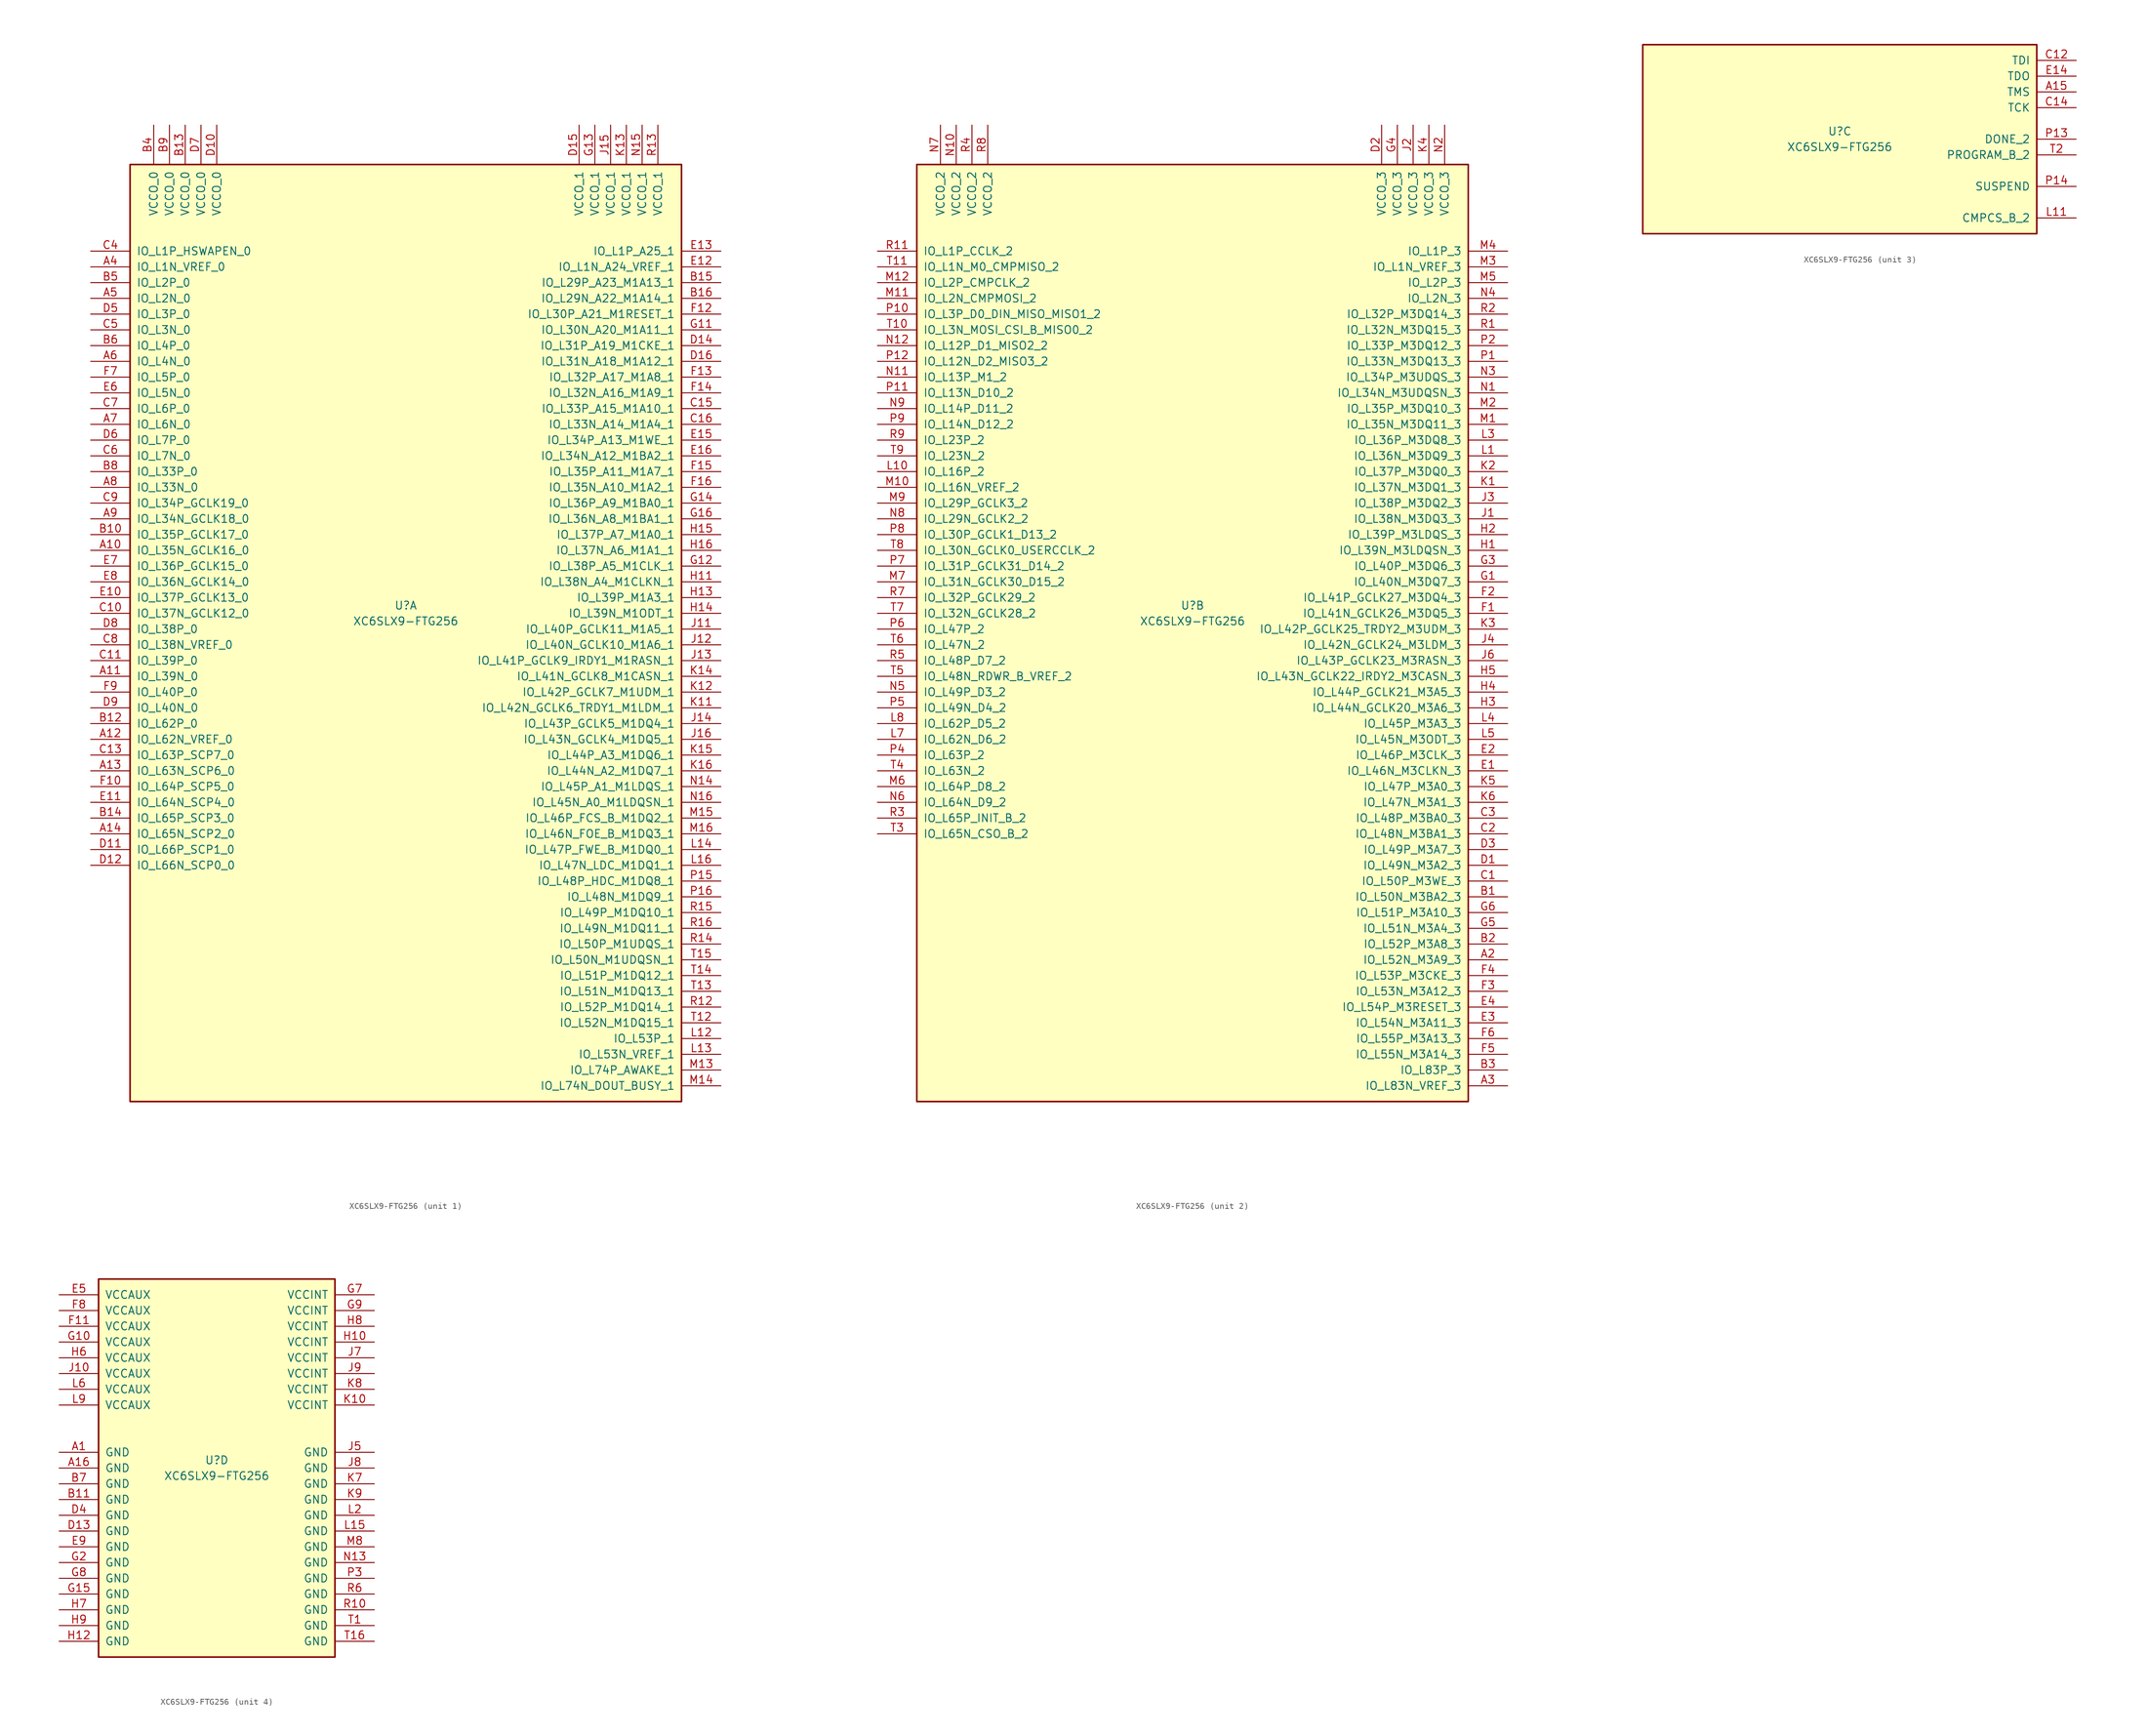
<source format=kicad_sym>
(kicad_symbol_lib
  (version 20220914)
  (generator kicad_symbol_editor)
  (symbol "XC6SLX9-FTG256"
    (pin_names
      (offset 1.016))
    (property "Reference" "U"
      (at 0 1.27 0)
      (effects (font (size 1.27 1.27))))
    (property "Value" "XC6SLX9-FTG256"
      (at 0 -1.27 0)
      (effects (font (size 1.27 1.27))))
    (property "Datasheet" ""
      (at 0 0 0)
      (effects (font (size 1.27 1.27))))
    (property "ki_locked" ""
      (at 0 0 0)
      (effects (font (size 1.27 1.27))))
    (symbol "XC6SLX9-FTG256_1_1"
      (rectangle (start -44.45 72.39) (end 44.45 -78.74) (stroke (width 0.254) (type default)) (fill (type background)))
      (pin bidirectional line (at -50.8 10.16 0) (length 6.35) (name "IO_L35N_GCLK16_0" (effects (font (size 1.27 1.27)))) (number "A10" (effects (font (size 1.27 1.27)))))
      (pin bidirectional line (at -50.8 -10.16 0) (length 6.35) (name "IO_L39N_0" (effects (font (size 1.27 1.27)))) (number "A11" (effects (font (size 1.27 1.27)))))
      (pin bidirectional line (at -50.8 -20.32 0) (length 6.35) (name "IO_L62N_VREF_0" (effects (font (size 1.27 1.27)))) (number "A12" (effects (font (size 1.27 1.27)))))
      (pin bidirectional line (at -50.8 -25.4 0) (length 6.35) (name "IO_L63N_SCP6_0" (effects (font (size 1.27 1.27)))) (number "A13" (effects (font (size 1.27 1.27)))))
      (pin bidirectional line (at -50.8 -35.56 0) (length 6.35) (name "IO_L65N_SCP2_0" (effects (font (size 1.27 1.27)))) (number "A14" (effects (font (size 1.27 1.27)))))
      (pin bidirectional line (at -50.8 55.88 0) (length 6.35) (name "IO_L1N_VREF_0" (effects (font (size 1.27 1.27)))) (number "A4" (effects (font (size 1.27 1.27)))))
      (pin bidirectional line (at -50.8 50.8 0) (length 6.35) (name "IO_L2N_0" (effects (font (size 1.27 1.27)))) (number "A5" (effects (font (size 1.27 1.27)))))
      (pin bidirectional line (at -50.8 40.64 0) (length 6.35) (name "IO_L4N_0" (effects (font (size 1.27 1.27)))) (number "A6" (effects (font (size 1.27 1.27)))))
      (pin bidirectional line (at -50.8 30.48 0) (length 6.35) (name "IO_L6N_0" (effects (font (size 1.27 1.27)))) (number "A7" (effects (font (size 1.27 1.27)))))
      (pin bidirectional line (at -50.8 20.32 0) (length 6.35) (name "IO_L33N_0" (effects (font (size 1.27 1.27)))) (number "A8" (effects (font (size 1.27 1.27)))))
      (pin bidirectional line (at -50.8 15.24 0) (length 6.35) (name "IO_L34N_GCLK18_0" (effects (font (size 1.27 1.27)))) (number "A9" (effects (font (size 1.27 1.27)))))
      (pin bidirectional line (at -50.8 12.7 0) (length 6.35) (name "IO_L35P_GCLK17_0" (effects (font (size 1.27 1.27)))) (number "B10" (effects (font (size 1.27 1.27)))))
      (pin bidirectional line (at -50.8 -17.78 0) (length 6.35) (name "IO_L62P_0" (effects (font (size 1.27 1.27)))) (number "B12" (effects (font (size 1.27 1.27)))))
      (pin power_in line (at -35.56 78.74 270) (length 6.35) (name "VCCO_0" (effects (font (size 1.27 1.27)))) (number "B13" (effects (font (size 1.27 1.27)))))
      (pin bidirectional line (at -50.8 -33.02 0) (length 6.35) (name "IO_L65P_SCP3_0" (effects (font (size 1.27 1.27)))) (number "B14" (effects (font (size 1.27 1.27)))))
      (pin bidirectional line (at 50.8 53.34 180) (length 6.35) (name "IO_L29P_A23_M1A13_1" (effects (font (size 1.27 1.27)))) (number "B15" (effects (font (size 1.27 1.27)))))
      (pin bidirectional line (at 50.8 50.8 180) (length 6.35) (name "IO_L29N_A22_M1A14_1" (effects (font (size 1.27 1.27)))) (number "B16" (effects (font (size 1.27 1.27)))))
      (pin power_in line (at -40.64 78.74 270) (length 6.35) (name "VCCO_0" (effects (font (size 1.27 1.27)))) (number "B4" (effects (font (size 1.27 1.27)))))
      (pin bidirectional line (at -50.8 53.34 0) (length 6.35) (name "IO_L2P_0" (effects (font (size 1.27 1.27)))) (number "B5" (effects (font (size 1.27 1.27)))))
      (pin bidirectional line (at -50.8 43.18 0) (length 6.35) (name "IO_L4P_0" (effects (font (size 1.27 1.27)))) (number "B6" (effects (font (size 1.27 1.27)))))
      (pin bidirectional line (at -50.8 22.86 0) (length 6.35) (name "IO_L33P_0" (effects (font (size 1.27 1.27)))) (number "B8" (effects (font (size 1.27 1.27)))))
      (pin power_in line (at -38.1 78.74 270) (length 6.35) (name "VCCO_0" (effects (font (size 1.27 1.27)))) (number "B9" (effects (font (size 1.27 1.27)))))
      (pin bidirectional line (at -50.8 0 0) (length 6.35) (name "IO_L37N_GCLK12_0" (effects (font (size 1.27 1.27)))) (number "C10" (effects (font (size 1.27 1.27)))))
      (pin bidirectional line (at -50.8 -7.62 0) (length 6.35) (name "IO_L39P_0" (effects (font (size 1.27 1.27)))) (number "C11" (effects (font (size 1.27 1.27)))))
      (pin bidirectional line (at -50.8 -22.86 0) (length 6.35) (name "IO_L63P_SCP7_0" (effects (font (size 1.27 1.27)))) (number "C13" (effects (font (size 1.27 1.27)))))
      (pin bidirectional line (at 50.8 33.02 180) (length 6.35) (name "IO_L33P_A15_M1A10_1" (effects (font (size 1.27 1.27)))) (number "C15" (effects (font (size 1.27 1.27)))))
      (pin bidirectional line (at 50.8 30.48 180) (length 6.35) (name "IO_L33N_A14_M1A4_1" (effects (font (size 1.27 1.27)))) (number "C16" (effects (font (size 1.27 1.27)))))
      (pin bidirectional line (at -50.8 58.42 0) (length 6.35) (name "IO_L1P_HSWAPEN_0" (effects (font (size 1.27 1.27)))) (number "C4" (effects (font (size 1.27 1.27)))))
      (pin bidirectional line (at -50.8 45.72 0) (length 6.35) (name "IO_L3N_0" (effects (font (size 1.27 1.27)))) (number "C5" (effects (font (size 1.27 1.27)))))
      (pin bidirectional line (at -50.8 25.4 0) (length 6.35) (name "IO_L7N_0" (effects (font (size 1.27 1.27)))) (number "C6" (effects (font (size 1.27 1.27)))))
      (pin bidirectional line (at -50.8 33.02 0) (length 6.35) (name "IO_L6P_0" (effects (font (size 1.27 1.27)))) (number "C7" (effects (font (size 1.27 1.27)))))
      (pin bidirectional line (at -50.8 -5.08 0) (length 6.35) (name "IO_L38N_VREF_0" (effects (font (size 1.27 1.27)))) (number "C8" (effects (font (size 1.27 1.27)))))
      (pin bidirectional line (at -50.8 17.78 0) (length 6.35) (name "IO_L34P_GCLK19_0" (effects (font (size 1.27 1.27)))) (number "C9" (effects (font (size 1.27 1.27)))))
      (pin power_in line (at -30.48 78.74 270) (length 6.35) (name "VCCO_0" (effects (font (size 1.27 1.27)))) (number "D10" (effects (font (size 1.27 1.27)))))
      (pin bidirectional line (at -50.8 -38.1 0) (length 6.35) (name "IO_L66P_SCP1_0" (effects (font (size 1.27 1.27)))) (number "D11" (effects (font (size 1.27 1.27)))))
      (pin bidirectional line (at -50.8 -40.64 0) (length 6.35) (name "IO_L66N_SCP0_0" (effects (font (size 1.27 1.27)))) (number "D12" (effects (font (size 1.27 1.27)))))
      (pin bidirectional line (at 50.8 43.18 180) (length 6.35) (name "IO_L31P_A19_M1CKE_1" (effects (font (size 1.27 1.27)))) (number "D14" (effects (font (size 1.27 1.27)))))
      (pin power_in line (at 27.94 78.74 270) (length 6.35) (name "VCCO_1" (effects (font (size 1.27 1.27)))) (number "D15" (effects (font (size 1.27 1.27)))))
      (pin bidirectional line (at 50.8 40.64 180) (length 6.35) (name "IO_L31N_A18_M1A12_1" (effects (font (size 1.27 1.27)))) (number "D16" (effects (font (size 1.27 1.27)))))
      (pin bidirectional line (at -50.8 48.26 0) (length 6.35) (name "IO_L3P_0" (effects (font (size 1.27 1.27)))) (number "D5" (effects (font (size 1.27 1.27)))))
      (pin bidirectional line (at -50.8 27.94 0) (length 6.35) (name "IO_L7P_0" (effects (font (size 1.27 1.27)))) (number "D6" (effects (font (size 1.27 1.27)))))
      (pin power_in line (at -33.02 78.74 270) (length 6.35) (name "VCCO_0" (effects (font (size 1.27 1.27)))) (number "D7" (effects (font (size 1.27 1.27)))))
      (pin bidirectional line (at -50.8 -2.54 0) (length 6.35) (name "IO_L38P_0" (effects (font (size 1.27 1.27)))) (number "D8" (effects (font (size 1.27 1.27)))))
      (pin bidirectional line (at -50.8 -15.24 0) (length 6.35) (name "IO_L40N_0" (effects (font (size 1.27 1.27)))) (number "D9" (effects (font (size 1.27 1.27)))))
      (pin bidirectional line (at -50.8 2.54 0) (length 6.35) (name "IO_L37P_GCLK13_0" (effects (font (size 1.27 1.27)))) (number "E10" (effects (font (size 1.27 1.27)))))
      (pin bidirectional line (at -50.8 -30.48 0) (length 6.35) (name "IO_L64N_SCP4_0" (effects (font (size 1.27 1.27)))) (number "E11" (effects (font (size 1.27 1.27)))))
      (pin bidirectional line (at 50.8 55.88 180) (length 6.35) (name "IO_L1N_A24_VREF_1" (effects (font (size 1.27 1.27)))) (number "E12" (effects (font (size 1.27 1.27)))))
      (pin bidirectional line (at 50.8 58.42 180) (length 6.35) (name "IO_L1P_A25_1" (effects (font (size 1.27 1.27)))) (number "E13" (effects (font (size 1.27 1.27)))))
      (pin bidirectional line (at 50.8 27.94 180) (length 6.35) (name "IO_L34P_A13_M1WE_1" (effects (font (size 1.27 1.27)))) (number "E15" (effects (font (size 1.27 1.27)))))
      (pin bidirectional line (at 50.8 25.4 180) (length 6.35) (name "IO_L34N_A12_M1BA2_1" (effects (font (size 1.27 1.27)))) (number "E16" (effects (font (size 1.27 1.27)))))
      (pin bidirectional line (at -50.8 35.56 0) (length 6.35) (name "IO_L5N_0" (effects (font (size 1.27 1.27)))) (number "E6" (effects (font (size 1.27 1.27)))))
      (pin bidirectional line (at -50.8 7.62 0) (length 6.35) (name "IO_L36P_GCLK15_0" (effects (font (size 1.27 1.27)))) (number "E7" (effects (font (size 1.27 1.27)))))
      (pin bidirectional line (at -50.8 5.08 0) (length 6.35) (name "IO_L36N_GCLK14_0" (effects (font (size 1.27 1.27)))) (number "E8" (effects (font (size 1.27 1.27)))))
      (pin bidirectional line (at -50.8 -27.94 0) (length 6.35) (name "IO_L64P_SCP5_0" (effects (font (size 1.27 1.27)))) (number "F10" (effects (font (size 1.27 1.27)))))
      (pin bidirectional line (at 50.8 48.26 180) (length 6.35) (name "IO_L30P_A21_M1RESET_1" (effects (font (size 1.27 1.27)))) (number "F12" (effects (font (size 1.27 1.27)))))
      (pin bidirectional line (at 50.8 38.1 180) (length 6.35) (name "IO_L32P_A17_M1A8_1" (effects (font (size 1.27 1.27)))) (number "F13" (effects (font (size 1.27 1.27)))))
      (pin bidirectional line (at 50.8 35.56 180) (length 6.35) (name "IO_L32N_A16_M1A9_1" (effects (font (size 1.27 1.27)))) (number "F14" (effects (font (size 1.27 1.27)))))
      (pin bidirectional line (at 50.8 22.86 180) (length 6.35) (name "IO_L35P_A11_M1A7_1" (effects (font (size 1.27 1.27)))) (number "F15" (effects (font (size 1.27 1.27)))))
      (pin bidirectional line (at 50.8 20.32 180) (length 6.35) (name "IO_L35N_A10_M1A2_1" (effects (font (size 1.27 1.27)))) (number "F16" (effects (font (size 1.27 1.27)))))
      (pin bidirectional line (at -50.8 38.1 0) (length 6.35) (name "IO_L5P_0" (effects (font (size 1.27 1.27)))) (number "F7" (effects (font (size 1.27 1.27)))))
      (pin bidirectional line (at -50.8 -12.7 0) (length 6.35) (name "IO_L40P_0" (effects (font (size 1.27 1.27)))) (number "F9" (effects (font (size 1.27 1.27)))))
      (pin bidirectional line (at 50.8 45.72 180) (length 6.35) (name "IO_L30N_A20_M1A11_1" (effects (font (size 1.27 1.27)))) (number "G11" (effects (font (size 1.27 1.27)))))
      (pin bidirectional line (at 50.8 7.62 180) (length 6.35) (name "IO_L38P_A5_M1CLK_1" (effects (font (size 1.27 1.27)))) (number "G12" (effects (font (size 1.27 1.27)))))
      (pin power_in line (at 30.48 78.74 270) (length 6.35) (name "VCCO_1" (effects (font (size 1.27 1.27)))) (number "G13" (effects (font (size 1.27 1.27)))))
      (pin bidirectional line (at 50.8 17.78 180) (length 6.35) (name "IO_L36P_A9_M1BA0_1" (effects (font (size 1.27 1.27)))) (number "G14" (effects (font (size 1.27 1.27)))))
      (pin bidirectional line (at 50.8 15.24 180) (length 6.35) (name "IO_L36N_A8_M1BA1_1" (effects (font (size 1.27 1.27)))) (number "G16" (effects (font (size 1.27 1.27)))))
      (pin bidirectional line (at 50.8 5.08 180) (length 6.35) (name "IO_L38N_A4_M1CLKN_1" (effects (font (size 1.27 1.27)))) (number "H11" (effects (font (size 1.27 1.27)))))
      (pin bidirectional line (at 50.8 2.54 180) (length 6.35) (name "IO_L39P_M1A3_1" (effects (font (size 1.27 1.27)))) (number "H13" (effects (font (size 1.27 1.27)))))
      (pin bidirectional line (at 50.8 0 180) (length 6.35) (name "IO_L39N_M1ODT_1" (effects (font (size 1.27 1.27)))) (number "H14" (effects (font (size 1.27 1.27)))))
      (pin bidirectional line (at 50.8 12.7 180) (length 6.35) (name "IO_L37P_A7_M1A0_1" (effects (font (size 1.27 1.27)))) (number "H15" (effects (font (size 1.27 1.27)))))
      (pin bidirectional line (at 50.8 10.16 180) (length 6.35) (name "IO_L37N_A6_M1A1_1" (effects (font (size 1.27 1.27)))) (number "H16" (effects (font (size 1.27 1.27)))))
      (pin bidirectional line (at 50.8 -2.54 180) (length 6.35) (name "IO_L40P_GCLK11_M1A5_1" (effects (font (size 1.27 1.27)))) (number "J11" (effects (font (size 1.27 1.27)))))
      (pin bidirectional line (at 50.8 -5.08 180) (length 6.35) (name "IO_L40N_GCLK10_M1A6_1" (effects (font (size 1.27 1.27)))) (number "J12" (effects (font (size 1.27 1.27)))))
      (pin bidirectional line (at 50.8 -7.62 180) (length 6.35) (name "IO_L41P_GCLK9_IRDY1_M1RASN_1" (effects (font (size 1.27 1.27)))) (number "J13" (effects (font (size 1.27 1.27)))))
      (pin bidirectional line (at 50.8 -17.78 180) (length 6.35) (name "IO_L43P_GCLK5_M1DQ4_1" (effects (font (size 1.27 1.27)))) (number "J14" (effects (font (size 1.27 1.27)))))
      (pin power_in line (at 33.02 78.74 270) (length 6.35) (name "VCCO_1" (effects (font (size 1.27 1.27)))) (number "J15" (effects (font (size 1.27 1.27)))))
      (pin bidirectional line (at 50.8 -20.32 180) (length 6.35) (name "IO_L43N_GCLK4_M1DQ5_1" (effects (font (size 1.27 1.27)))) (number "J16" (effects (font (size 1.27 1.27)))))
      (pin bidirectional line (at 50.8 -15.24 180) (length 6.35) (name "IO_L42N_GCLK6_TRDY1_M1LDM_1" (effects (font (size 1.27 1.27)))) (number "K11" (effects (font (size 1.27 1.27)))))
      (pin bidirectional line (at 50.8 -12.7 180) (length 6.35) (name "IO_L42P_GCLK7_M1UDM_1" (effects (font (size 1.27 1.27)))) (number "K12" (effects (font (size 1.27 1.27)))))
      (pin power_in line (at 35.56 78.74 270) (length 6.35) (name "VCCO_1" (effects (font (size 1.27 1.27)))) (number "K13" (effects (font (size 1.27 1.27)))))
      (pin bidirectional line (at 50.8 -10.16 180) (length 6.35) (name "IO_L41N_GCLK8_M1CASN_1" (effects (font (size 1.27 1.27)))) (number "K14" (effects (font (size 1.27 1.27)))))
      (pin bidirectional line (at 50.8 -22.86 180) (length 6.35) (name "IO_L44P_A3_M1DQ6_1" (effects (font (size 1.27 1.27)))) (number "K15" (effects (font (size 1.27 1.27)))))
      (pin bidirectional line (at 50.8 -25.4 180) (length 6.35) (name "IO_L44N_A2_M1DQ7_1" (effects (font (size 1.27 1.27)))) (number "K16" (effects (font (size 1.27 1.27)))))
      (pin bidirectional line (at 50.8 -68.58 180) (length 6.35) (name "IO_L53P_1" (effects (font (size 1.27 1.27)))) (number "L12" (effects (font (size 1.27 1.27)))))
      (pin bidirectional line (at 50.8 -71.12 180) (length 6.35) (name "IO_L53N_VREF_1" (effects (font (size 1.27 1.27)))) (number "L13" (effects (font (size 1.27 1.27)))))
      (pin bidirectional line (at 50.8 -38.1 180) (length 6.35) (name "IO_L47P_FWE_B_M1DQ0_1" (effects (font (size 1.27 1.27)))) (number "L14" (effects (font (size 1.27 1.27)))))
      (pin bidirectional line (at 50.8 -40.64 180) (length 6.35) (name "IO_L47N_LDC_M1DQ1_1" (effects (font (size 1.27 1.27)))) (number "L16" (effects (font (size 1.27 1.27)))))
      (pin bidirectional line (at 50.8 -73.66 180) (length 6.35) (name "IO_L74P_AWAKE_1" (effects (font (size 1.27 1.27)))) (number "M13" (effects (font (size 1.27 1.27)))))
      (pin bidirectional line (at 50.8 -76.2 180) (length 6.35) (name "IO_L74N_DOUT_BUSY_1" (effects (font (size 1.27 1.27)))) (number "M14" (effects (font (size 1.27 1.27)))))
      (pin bidirectional line (at 50.8 -33.02 180) (length 6.35) (name "IO_L46P_FCS_B_M1DQ2_1" (effects (font (size 1.27 1.27)))) (number "M15" (effects (font (size 1.27 1.27)))))
      (pin bidirectional line (at 50.8 -35.56 180) (length 6.35) (name "IO_L46N_FOE_B_M1DQ3_1" (effects (font (size 1.27 1.27)))) (number "M16" (effects (font (size 1.27 1.27)))))
      (pin bidirectional line (at 50.8 -27.94 180) (length 6.35) (name "IO_L45P_A1_M1LDQS_1" (effects (font (size 1.27 1.27)))) (number "N14" (effects (font (size 1.27 1.27)))))
      (pin power_in line (at 38.1 78.74 270) (length 6.35) (name "VCCO_1" (effects (font (size 1.27 1.27)))) (number "N15" (effects (font (size 1.27 1.27)))))
      (pin bidirectional line (at 50.8 -30.48 180) (length 6.35) (name "IO_L45N_A0_M1LDQSN_1" (effects (font (size 1.27 1.27)))) (number "N16" (effects (font (size 1.27 1.27)))))
      (pin bidirectional line (at 50.8 -43.18 180) (length 6.35) (name "IO_L48P_HDC_M1DQ8_1" (effects (font (size 1.27 1.27)))) (number "P15" (effects (font (size 1.27 1.27)))))
      (pin bidirectional line (at 50.8 -45.72 180) (length 6.35) (name "IO_L48N_M1DQ9_1" (effects (font (size 1.27 1.27)))) (number "P16" (effects (font (size 1.27 1.27)))))
      (pin bidirectional line (at 50.8 -63.5 180) (length 6.35) (name "IO_L52P_M1DQ14_1" (effects (font (size 1.27 1.27)))) (number "R12" (effects (font (size 1.27 1.27)))))
      (pin power_in line (at 40.64 78.74 270) (length 6.35) (name "VCCO_1" (effects (font (size 1.27 1.27)))) (number "R13" (effects (font (size 1.27 1.27)))))
      (pin bidirectional line (at 50.8 -53.34 180) (length 6.35) (name "IO_L50P_M1UDQS_1" (effects (font (size 1.27 1.27)))) (number "R14" (effects (font (size 1.27 1.27)))))
      (pin bidirectional line (at 50.8 -48.26 180) (length 6.35) (name "IO_L49P_M1DQ10_1" (effects (font (size 1.27 1.27)))) (number "R15" (effects (font (size 1.27 1.27)))))
      (pin bidirectional line (at 50.8 -50.8 180) (length 6.35) (name "IO_L49N_M1DQ11_1" (effects (font (size 1.27 1.27)))) (number "R16" (effects (font (size 1.27 1.27)))))
      (pin bidirectional line (at 50.8 -66.04 180) (length 6.35) (name "IO_L52N_M1DQ15_1" (effects (font (size 1.27 1.27)))) (number "T12" (effects (font (size 1.27 1.27)))))
      (pin bidirectional line (at 50.8 -60.96 180) (length 6.35) (name "IO_L51N_M1DQ13_1" (effects (font (size 1.27 1.27)))) (number "T13" (effects (font (size 1.27 1.27)))))
      (pin bidirectional line (at 50.8 -58.42 180) (length 6.35) (name "IO_L51P_M1DQ12_1" (effects (font (size 1.27 1.27)))) (number "T14" (effects (font (size 1.27 1.27)))))
      (pin bidirectional line (at 50.8 -55.88 180) (length 6.35) (name "IO_L50N_M1UDQSN_1" (effects (font (size 1.27 1.27)))) (number "T15" (effects (font (size 1.27 1.27))))))
    (symbol "XC6SLX9-FTG256_2_1"
      (rectangle (start -44.45 72.39) (end 44.45 -78.74) (stroke (width 0.254) (type default)) (fill (type background)))
      (pin bidirectional line (at 50.8 -55.88 180) (length 6.35) (name "IO_L52N_M3A9_3" (effects (font (size 1.27 1.27)))) (number "A2" (effects (font (size 1.27 1.27)))))
      (pin bidirectional line (at 50.8 -76.2 180) (length 6.35) (name "IO_L83N_VREF_3" (effects (font (size 1.27 1.27)))) (number "A3" (effects (font (size 1.27 1.27)))))
      (pin bidirectional line (at 50.8 -45.72 180) (length 6.35) (name "IO_L50N_M3BA2_3" (effects (font (size 1.27 1.27)))) (number "B1" (effects (font (size 1.27 1.27)))))
      (pin bidirectional line (at 50.8 -53.34 180) (length 6.35) (name "IO_L52P_M3A8_3" (effects (font (size 1.27 1.27)))) (number "B2" (effects (font (size 1.27 1.27)))))
      (pin bidirectional line (at 50.8 -73.66 180) (length 6.35) (name "IO_L83P_3" (effects (font (size 1.27 1.27)))) (number "B3" (effects (font (size 1.27 1.27)))))
      (pin bidirectional line (at 50.8 -43.18 180) (length 6.35) (name "IO_L50P_M3WE_3" (effects (font (size 1.27 1.27)))) (number "C1" (effects (font (size 1.27 1.27)))))
      (pin bidirectional line (at 50.8 -35.56 180) (length 6.35) (name "IO_L48N_M3BA1_3" (effects (font (size 1.27 1.27)))) (number "C2" (effects (font (size 1.27 1.27)))))
      (pin bidirectional line (at 50.8 -33.02 180) (length 6.35) (name "IO_L48P_M3BA0_3" (effects (font (size 1.27 1.27)))) (number "C3" (effects (font (size 1.27 1.27)))))
      (pin bidirectional line (at 50.8 -40.64 180) (length 6.35) (name "IO_L49N_M3A2_3" (effects (font (size 1.27 1.27)))) (number "D1" (effects (font (size 1.27 1.27)))))
      (pin power_in line (at 30.48 78.74 270) (length 6.35) (name "VCCO_3" (effects (font (size 1.27 1.27)))) (number "D2" (effects (font (size 1.27 1.27)))))
      (pin bidirectional line (at 50.8 -38.1 180) (length 6.35) (name "IO_L49P_M3A7_3" (effects (font (size 1.27 1.27)))) (number "D3" (effects (font (size 1.27 1.27)))))
      (pin bidirectional line (at 50.8 -25.4 180) (length 6.35) (name "IO_L46N_M3CLKN_3" (effects (font (size 1.27 1.27)))) (number "E1" (effects (font (size 1.27 1.27)))))
      (pin bidirectional line (at 50.8 -22.86 180) (length 6.35) (name "IO_L46P_M3CLK_3" (effects (font (size 1.27 1.27)))) (number "E2" (effects (font (size 1.27 1.27)))))
      (pin bidirectional line (at 50.8 -66.04 180) (length 6.35) (name "IO_L54N_M3A11_3" (effects (font (size 1.27 1.27)))) (number "E3" (effects (font (size 1.27 1.27)))))
      (pin bidirectional line (at 50.8 -63.5 180) (length 6.35) (name "IO_L54P_M3RESET_3" (effects (font (size 1.27 1.27)))) (number "E4" (effects (font (size 1.27 1.27)))))
      (pin bidirectional line (at 50.8 0 180) (length 6.35) (name "IO_L41N_GCLK26_M3DQ5_3" (effects (font (size 1.27 1.27)))) (number "F1" (effects (font (size 1.27 1.27)))))
      (pin bidirectional line (at 50.8 2.54 180) (length 6.35) (name "IO_L41P_GCLK27_M3DQ4_3" (effects (font (size 1.27 1.27)))) (number "F2" (effects (font (size 1.27 1.27)))))
      (pin bidirectional line (at 50.8 -60.96 180) (length 6.35) (name "IO_L53N_M3A12_3" (effects (font (size 1.27 1.27)))) (number "F3" (effects (font (size 1.27 1.27)))))
      (pin bidirectional line (at 50.8 -58.42 180) (length 6.35) (name "IO_L53P_M3CKE_3" (effects (font (size 1.27 1.27)))) (number "F4" (effects (font (size 1.27 1.27)))))
      (pin bidirectional line (at 50.8 -71.12 180) (length 6.35) (name "IO_L55N_M3A14_3" (effects (font (size 1.27 1.27)))) (number "F5" (effects (font (size 1.27 1.27)))))
      (pin bidirectional line (at 50.8 -68.58 180) (length 6.35) (name "IO_L55P_M3A13_3" (effects (font (size 1.27 1.27)))) (number "F6" (effects (font (size 1.27 1.27)))))
      (pin bidirectional line (at 50.8 5.08 180) (length 6.35) (name "IO_L40N_M3DQ7_3" (effects (font (size 1.27 1.27)))) (number "G1" (effects (font (size 1.27 1.27)))))
      (pin bidirectional line (at 50.8 7.62 180) (length 6.35) (name "IO_L40P_M3DQ6_3" (effects (font (size 1.27 1.27)))) (number "G3" (effects (font (size 1.27 1.27)))))
      (pin power_in line (at 33.02 78.74 270) (length 6.35) (name "VCCO_3" (effects (font (size 1.27 1.27)))) (number "G4" (effects (font (size 1.27 1.27)))))
      (pin bidirectional line (at 50.8 -50.8 180) (length 6.35) (name "IO_L51N_M3A4_3" (effects (font (size 1.27 1.27)))) (number "G5" (effects (font (size 1.27 1.27)))))
      (pin bidirectional line (at 50.8 -48.26 180) (length 6.35) (name "IO_L51P_M3A10_3" (effects (font (size 1.27 1.27)))) (number "G6" (effects (font (size 1.27 1.27)))))
      (pin bidirectional line (at 50.8 10.16 180) (length 6.35) (name "IO_L39N_M3LDQSN_3" (effects (font (size 1.27 1.27)))) (number "H1" (effects (font (size 1.27 1.27)))))
      (pin bidirectional line (at 50.8 12.7 180) (length 6.35) (name "IO_L39P_M3LDQS_3" (effects (font (size 1.27 1.27)))) (number "H2" (effects (font (size 1.27 1.27)))))
      (pin bidirectional line (at 50.8 -15.24 180) (length 6.35) (name "IO_L44N_GCLK20_M3A6_3" (effects (font (size 1.27 1.27)))) (number "H3" (effects (font (size 1.27 1.27)))))
      (pin bidirectional line (at 50.8 -12.7 180) (length 6.35) (name "IO_L44P_GCLK21_M3A5_3" (effects (font (size 1.27 1.27)))) (number "H4" (effects (font (size 1.27 1.27)))))
      (pin bidirectional line (at 50.8 -10.16 180) (length 6.35) (name "IO_L43N_GCLK22_IRDY2_M3CASN_3" (effects (font (size 1.27 1.27)))) (number "H5" (effects (font (size 1.27 1.27)))))
      (pin bidirectional line (at 50.8 15.24 180) (length 6.35) (name "IO_L38N_M3DQ3_3" (effects (font (size 1.27 1.27)))) (number "J1" (effects (font (size 1.27 1.27)))))
      (pin power_in line (at 35.56 78.74 270) (length 6.35) (name "VCCO_3" (effects (font (size 1.27 1.27)))) (number "J2" (effects (font (size 1.27 1.27)))))
      (pin bidirectional line (at 50.8 17.78 180) (length 6.35) (name "IO_L38P_M3DQ2_3" (effects (font (size 1.27 1.27)))) (number "J3" (effects (font (size 1.27 1.27)))))
      (pin bidirectional line (at 50.8 -5.08 180) (length 6.35) (name "IO_L42N_GCLK24_M3LDM_3" (effects (font (size 1.27 1.27)))) (number "J4" (effects (font (size 1.27 1.27)))))
      (pin bidirectional line (at 50.8 -7.62 180) (length 6.35) (name "IO_L43P_GCLK23_M3RASN_3" (effects (font (size 1.27 1.27)))) (number "J6" (effects (font (size 1.27 1.27)))))
      (pin bidirectional line (at 50.8 20.32 180) (length 6.35) (name "IO_L37N_M3DQ1_3" (effects (font (size 1.27 1.27)))) (number "K1" (effects (font (size 1.27 1.27)))))
      (pin bidirectional line (at 50.8 22.86 180) (length 6.35) (name "IO_L37P_M3DQ0_3" (effects (font (size 1.27 1.27)))) (number "K2" (effects (font (size 1.27 1.27)))))
      (pin bidirectional line (at 50.8 -2.54 180) (length 6.35) (name "IO_L42P_GCLK25_TRDY2_M3UDM_3" (effects (font (size 1.27 1.27)))) (number "K3" (effects (font (size 1.27 1.27)))))
      (pin power_in line (at 38.1 78.74 270) (length 6.35) (name "VCCO_3" (effects (font (size 1.27 1.27)))) (number "K4" (effects (font (size 1.27 1.27)))))
      (pin bidirectional line (at 50.8 -27.94 180) (length 6.35) (name "IO_L47P_M3A0_3" (effects (font (size 1.27 1.27)))) (number "K5" (effects (font (size 1.27 1.27)))))
      (pin bidirectional line (at 50.8 -30.48 180) (length 6.35) (name "IO_L47N_M3A1_3" (effects (font (size 1.27 1.27)))) (number "K6" (effects (font (size 1.27 1.27)))))
      (pin bidirectional line (at 50.8 25.4 180) (length 6.35) (name "IO_L36N_M3DQ9_3" (effects (font (size 1.27 1.27)))) (number "L1" (effects (font (size 1.27 1.27)))))
      (pin bidirectional line (at -50.8 22.86 0) (length 6.35) (name "IO_L16P_2" (effects (font (size 1.27 1.27)))) (number "L10" (effects (font (size 1.27 1.27)))))
      (pin bidirectional line (at 50.8 27.94 180) (length 6.35) (name "IO_L36P_M3DQ8_3" (effects (font (size 1.27 1.27)))) (number "L3" (effects (font (size 1.27 1.27)))))
      (pin bidirectional line (at 50.8 -17.78 180) (length 6.35) (name "IO_L45P_M3A3_3" (effects (font (size 1.27 1.27)))) (number "L4" (effects (font (size 1.27 1.27)))))
      (pin bidirectional line (at 50.8 -20.32 180) (length 6.35) (name "IO_L45N_M3ODT_3" (effects (font (size 1.27 1.27)))) (number "L5" (effects (font (size 1.27 1.27)))))
      (pin bidirectional line (at -50.8 -20.32 0) (length 6.35) (name "IO_L62N_D6_2" (effects (font (size 1.27 1.27)))) (number "L7" (effects (font (size 1.27 1.27)))))
      (pin bidirectional line (at -50.8 -17.78 0) (length 6.35) (name "IO_L62P_D5_2" (effects (font (size 1.27 1.27)))) (number "L8" (effects (font (size 1.27 1.27)))))
      (pin bidirectional line (at 50.8 30.48 180) (length 6.35) (name "IO_L35N_M3DQ11_3" (effects (font (size 1.27 1.27)))) (number "M1" (effects (font (size 1.27 1.27)))))
      (pin bidirectional line (at -50.8 20.32 0) (length 6.35) (name "IO_L16N_VREF_2" (effects (font (size 1.27 1.27)))) (number "M10" (effects (font (size 1.27 1.27)))))
      (pin bidirectional line (at -50.8 50.8 0) (length 6.35) (name "IO_L2N_CMPMOSI_2" (effects (font (size 1.27 1.27)))) (number "M11" (effects (font (size 1.27 1.27)))))
      (pin bidirectional line (at -50.8 53.34 0) (length 6.35) (name "IO_L2P_CMPCLK_2" (effects (font (size 1.27 1.27)))) (number "M12" (effects (font (size 1.27 1.27)))))
      (pin bidirectional line (at 50.8 33.02 180) (length 6.35) (name "IO_L35P_M3DQ10_3" (effects (font (size 1.27 1.27)))) (number "M2" (effects (font (size 1.27 1.27)))))
      (pin bidirectional line (at 50.8 55.88 180) (length 6.35) (name "IO_L1N_VREF_3" (effects (font (size 1.27 1.27)))) (number "M3" (effects (font (size 1.27 1.27)))))
      (pin bidirectional line (at 50.8 58.42 180) (length 6.35) (name "IO_L1P_3" (effects (font (size 1.27 1.27)))) (number "M4" (effects (font (size 1.27 1.27)))))
      (pin bidirectional line (at 50.8 53.34 180) (length 6.35) (name "IO_L2P_3" (effects (font (size 1.27 1.27)))) (number "M5" (effects (font (size 1.27 1.27)))))
      (pin bidirectional line (at -50.8 -27.94 0) (length 6.35) (name "IO_L64P_D8_2" (effects (font (size 1.27 1.27)))) (number "M6" (effects (font (size 1.27 1.27)))))
      (pin bidirectional line (at -50.8 5.08 0) (length 6.35) (name "IO_L31N_GCLK30_D15_2" (effects (font (size 1.27 1.27)))) (number "M7" (effects (font (size 1.27 1.27)))))
      (pin bidirectional line (at -50.8 17.78 0) (length 6.35) (name "IO_L29P_GCLK3_2" (effects (font (size 1.27 1.27)))) (number "M9" (effects (font (size 1.27 1.27)))))
      (pin bidirectional line (at 50.8 35.56 180) (length 6.35) (name "IO_L34N_M3UDQSN_3" (effects (font (size 1.27 1.27)))) (number "N1" (effects (font (size 1.27 1.27)))))
      (pin power_in line (at -38.1 78.74 270) (length 6.35) (name "VCCO_2" (effects (font (size 1.27 1.27)))) (number "N10" (effects (font (size 1.27 1.27)))))
      (pin bidirectional line (at -50.8 38.1 0) (length 6.35) (name "IO_L13P_M1_2" (effects (font (size 1.27 1.27)))) (number "N11" (effects (font (size 1.27 1.27)))))
      (pin bidirectional line (at -50.8 43.18 0) (length 6.35) (name "IO_L12P_D1_MISO2_2" (effects (font (size 1.27 1.27)))) (number "N12" (effects (font (size 1.27 1.27)))))
      (pin power_in line (at 40.64 78.74 270) (length 6.35) (name "VCCO_3" (effects (font (size 1.27 1.27)))) (number "N2" (effects (font (size 1.27 1.27)))))
      (pin bidirectional line (at 50.8 38.1 180) (length 6.35) (name "IO_L34P_M3UDQS_3" (effects (font (size 1.27 1.27)))) (number "N3" (effects (font (size 1.27 1.27)))))
      (pin bidirectional line (at 50.8 50.8 180) (length 6.35) (name "IO_L2N_3" (effects (font (size 1.27 1.27)))) (number "N4" (effects (font (size 1.27 1.27)))))
      (pin bidirectional line (at -50.8 -12.7 0) (length 6.35) (name "IO_L49P_D3_2" (effects (font (size 1.27 1.27)))) (number "N5" (effects (font (size 1.27 1.27)))))
      (pin bidirectional line (at -50.8 -30.48 0) (length 6.35) (name "IO_L64N_D9_2" (effects (font (size 1.27 1.27)))) (number "N6" (effects (font (size 1.27 1.27)))))
      (pin power_in line (at -40.64 78.74 270) (length 6.35) (name "VCCO_2" (effects (font (size 1.27 1.27)))) (number "N7" (effects (font (size 1.27 1.27)))))
      (pin bidirectional line (at -50.8 15.24 0) (length 6.35) (name "IO_L29N_GCLK2_2" (effects (font (size 1.27 1.27)))) (number "N8" (effects (font (size 1.27 1.27)))))
      (pin bidirectional line (at -50.8 33.02 0) (length 6.35) (name "IO_L14P_D11_2" (effects (font (size 1.27 1.27)))) (number "N9" (effects (font (size 1.27 1.27)))))
      (pin bidirectional line (at 50.8 40.64 180) (length 6.35) (name "IO_L33N_M3DQ13_3" (effects (font (size 1.27 1.27)))) (number "P1" (effects (font (size 1.27 1.27)))))
      (pin bidirectional line (at -50.8 48.26 0) (length 6.35) (name "IO_L3P_D0_DIN_MISO_MISO1_2" (effects (font (size 1.27 1.27)))) (number "P10" (effects (font (size 1.27 1.27)))))
      (pin bidirectional line (at -50.8 35.56 0) (length 6.35) (name "IO_L13N_D10_2" (effects (font (size 1.27 1.27)))) (number "P11" (effects (font (size 1.27 1.27)))))
      (pin bidirectional line (at -50.8 40.64 0) (length 6.35) (name "IO_L12N_D2_MISO3_2" (effects (font (size 1.27 1.27)))) (number "P12" (effects (font (size 1.27 1.27)))))
      (pin bidirectional line (at 50.8 43.18 180) (length 6.35) (name "IO_L33P_M3DQ12_3" (effects (font (size 1.27 1.27)))) (number "P2" (effects (font (size 1.27 1.27)))))
      (pin bidirectional line (at -50.8 -22.86 0) (length 6.35) (name "IO_L63P_2" (effects (font (size 1.27 1.27)))) (number "P4" (effects (font (size 1.27 1.27)))))
      (pin bidirectional line (at -50.8 -15.24 0) (length 6.35) (name "IO_L49N_D4_2" (effects (font (size 1.27 1.27)))) (number "P5" (effects (font (size 1.27 1.27)))))
      (pin bidirectional line (at -50.8 -2.54 0) (length 6.35) (name "IO_L47P_2" (effects (font (size 1.27 1.27)))) (number "P6" (effects (font (size 1.27 1.27)))))
      (pin bidirectional line (at -50.8 7.62 0) (length 6.35) (name "IO_L31P_GCLK31_D14_2" (effects (font (size 1.27 1.27)))) (number "P7" (effects (font (size 1.27 1.27)))))
      (pin bidirectional line (at -50.8 12.7 0) (length 6.35) (name "IO_L30P_GCLK1_D13_2" (effects (font (size 1.27 1.27)))) (number "P8" (effects (font (size 1.27 1.27)))))
      (pin bidirectional line (at -50.8 30.48 0) (length 6.35) (name "IO_L14N_D12_2" (effects (font (size 1.27 1.27)))) (number "P9" (effects (font (size 1.27 1.27)))))
      (pin bidirectional line (at 50.8 45.72 180) (length 6.35) (name "IO_L32N_M3DQ15_3" (effects (font (size 1.27 1.27)))) (number "R1" (effects (font (size 1.27 1.27)))))
      (pin bidirectional line (at -50.8 58.42 0) (length 6.35) (name "IO_L1P_CCLK_2" (effects (font (size 1.27 1.27)))) (number "R11" (effects (font (size 1.27 1.27)))))
      (pin bidirectional line (at 50.8 48.26 180) (length 6.35) (name "IO_L32P_M3DQ14_3" (effects (font (size 1.27 1.27)))) (number "R2" (effects (font (size 1.27 1.27)))))
      (pin bidirectional line (at -50.8 -33.02 0) (length 6.35) (name "IO_L65P_INIT_B_2" (effects (font (size 1.27 1.27)))) (number "R3" (effects (font (size 1.27 1.27)))))
      (pin power_in line (at -35.56 78.74 270) (length 6.35) (name "VCCO_2" (effects (font (size 1.27 1.27)))) (number "R4" (effects (font (size 1.27 1.27)))))
      (pin bidirectional line (at -50.8 -7.62 0) (length 6.35) (name "IO_L48P_D7_2" (effects (font (size 1.27 1.27)))) (number "R5" (effects (font (size 1.27 1.27)))))
      (pin bidirectional line (at -50.8 2.54 0) (length 6.35) (name "IO_L32P_GCLK29_2" (effects (font (size 1.27 1.27)))) (number "R7" (effects (font (size 1.27 1.27)))))
      (pin power_in line (at -33.02 78.74 270) (length 6.35) (name "VCCO_2" (effects (font (size 1.27 1.27)))) (number "R8" (effects (font (size 1.27 1.27)))))
      (pin bidirectional line (at -50.8 27.94 0) (length 6.35) (name "IO_L23P_2" (effects (font (size 1.27 1.27)))) (number "R9" (effects (font (size 1.27 1.27)))))
      (pin bidirectional line (at -50.8 45.72 0) (length 6.35) (name "IO_L3N_MOSI_CSI_B_MISO0_2" (effects (font (size 1.27 1.27)))) (number "T10" (effects (font (size 1.27 1.27)))))
      (pin bidirectional line (at -50.8 55.88 0) (length 6.35) (name "IO_L1N_M0_CMPMISO_2" (effects (font (size 1.27 1.27)))) (number "T11" (effects (font (size 1.27 1.27)))))
      (pin bidirectional line (at -50.8 -35.56 0) (length 6.35) (name "IO_L65N_CSO_B_2" (effects (font (size 1.27 1.27)))) (number "T3" (effects (font (size 1.27 1.27)))))
      (pin bidirectional line (at -50.8 -25.4 0) (length 6.35) (name "IO_L63N_2" (effects (font (size 1.27 1.27)))) (number "T4" (effects (font (size 1.27 1.27)))))
      (pin bidirectional line (at -50.8 -10.16 0) (length 6.35) (name "IO_L48N_RDWR_B_VREF_2" (effects (font (size 1.27 1.27)))) (number "T5" (effects (font (size 1.27 1.27)))))
      (pin bidirectional line (at -50.8 -5.08 0) (length 6.35) (name "IO_L47N_2" (effects (font (size 1.27 1.27)))) (number "T6" (effects (font (size 1.27 1.27)))))
      (pin bidirectional line (at -50.8 0 0) (length 6.35) (name "IO_L32N_GCLK28_2" (effects (font (size 1.27 1.27)))) (number "T7" (effects (font (size 1.27 1.27)))))
      (pin bidirectional line (at -50.8 10.16 0) (length 6.35) (name "IO_L30N_GCLK0_USERCCLK_2" (effects (font (size 1.27 1.27)))) (number "T8" (effects (font (size 1.27 1.27)))))
      (pin bidirectional line (at -50.8 25.4 0) (length 6.35) (name "IO_L23N_2" (effects (font (size 1.27 1.27)))) (number "T9" (effects (font (size 1.27 1.27))))))
    (symbol "XC6SLX9-FTG256_3_1"
      (rectangle (start -31.75 15.24) (end 31.75 -15.24) (stroke (width 0.254) (type default)) (fill (type background)))
      (pin bidirectional line (at 38.1 7.62 180) (length 6.35) (name "TMS" (effects (font (size 1.27 1.27)))) (number "A15" (effects (font (size 1.27 1.27)))))
      (pin bidirectional line (at 38.1 12.7 180) (length 6.35) (name "TDI" (effects (font (size 1.27 1.27)))) (number "C12" (effects (font (size 1.27 1.27)))))
      (pin bidirectional line (at 38.1 5.08 180) (length 6.35) (name "TCK" (effects (font (size 1.27 1.27)))) (number "C14" (effects (font (size 1.27 1.27)))))
      (pin bidirectional line (at 38.1 10.16 180) (length 6.35) (name "TDO" (effects (font (size 1.27 1.27)))) (number "E14" (effects (font (size 1.27 1.27)))))
      (pin bidirectional line (at 38.1 -12.7 180) (length 6.35) (name "CMPCS_B_2" (effects (font (size 1.27 1.27)))) (number "L11" (effects (font (size 1.27 1.27)))))
      (pin bidirectional line (at 38.1 0 180) (length 6.35) (name "DONE_2" (effects (font (size 1.27 1.27)))) (number "P13" (effects (font (size 1.27 1.27)))))
      (pin bidirectional line (at 38.1 -7.62 180) (length 6.35) (name "SUSPEND" (effects (font (size 1.27 1.27)))) (number "P14" (effects (font (size 1.27 1.27)))))
      (pin bidirectional line (at 38.1 -2.54 180) (length 6.35) (name "PROGRAM_B_2" (effects (font (size 1.27 1.27)))) (number "T2" (effects (font (size 1.27 1.27))))))
    (symbol "XC6SLX9-FTG256_4_1"
      (rectangle (start -19.05 30.48) (end 19.05 -30.48) (stroke (width 0.254) (type default)) (fill (type background)))
      (pin power_in line (at -25.4 2.54 0) (length 6.35) (name "GND" (effects (font (size 1.27 1.27)))) (number "A1" (effects (font (size 1.27 1.27)))))
      (pin power_in line (at -25.4 0 0) (length 6.35) (name "GND" (effects (font (size 1.27 1.27)))) (number "A16" (effects (font (size 1.27 1.27)))))
      (pin power_in line (at -25.4 -5.08 0) (length 6.35) (name "GND" (effects (font (size 1.27 1.27)))) (number "B11" (effects (font (size 1.27 1.27)))))
      (pin power_in line (at -25.4 -2.54 0) (length 6.35) (name "GND" (effects (font (size 1.27 1.27)))) (number "B7" (effects (font (size 1.27 1.27)))))
      (pin power_in line (at -25.4 -10.16 0) (length 6.35) (name "GND" (effects (font (size 1.27 1.27)))) (number "D13" (effects (font (size 1.27 1.27)))))
      (pin power_in line (at -25.4 -7.62 0) (length 6.35) (name "GND" (effects (font (size 1.27 1.27)))) (number "D4" (effects (font (size 1.27 1.27)))))
      (pin power_in line (at -25.4 27.94 0) (length 6.35) (name "VCCAUX" (effects (font (size 1.27 1.27)))) (number "E5" (effects (font (size 1.27 1.27)))))
      (pin power_in line (at -25.4 -12.7 0) (length 6.35) (name "GND" (effects (font (size 1.27 1.27)))) (number "E9" (effects (font (size 1.27 1.27)))))
      (pin power_in line (at -25.4 22.86 0) (length 6.35) (name "VCCAUX" (effects (font (size 1.27 1.27)))) (number "F11" (effects (font (size 1.27 1.27)))))
      (pin power_in line (at -25.4 25.4 0) (length 6.35) (name "VCCAUX" (effects (font (size 1.27 1.27)))) (number "F8" (effects (font (size 1.27 1.27)))))
      (pin power_in line (at -25.4 20.32 0) (length 6.35) (name "VCCAUX" (effects (font (size 1.27 1.27)))) (number "G10" (effects (font (size 1.27 1.27)))))
      (pin power_in line (at -25.4 -20.32 0) (length 6.35) (name "GND" (effects (font (size 1.27 1.27)))) (number "G15" (effects (font (size 1.27 1.27)))))
      (pin power_in line (at -25.4 -15.24 0) (length 6.35) (name "GND" (effects (font (size 1.27 1.27)))) (number "G2" (effects (font (size 1.27 1.27)))))
      (pin power_in line (at 25.4 27.94 180) (length 6.35) (name "VCCINT" (effects (font (size 1.27 1.27)))) (number "G7" (effects (font (size 1.27 1.27)))))
      (pin power_in line (at -25.4 -17.78 0) (length 6.35) (name "GND" (effects (font (size 1.27 1.27)))) (number "G8" (effects (font (size 1.27 1.27)))))
      (pin power_in line (at 25.4 25.4 180) (length 6.35) (name "VCCINT" (effects (font (size 1.27 1.27)))) (number "G9" (effects (font (size 1.27 1.27)))))
      (pin power_in line (at 25.4 20.32 180) (length 6.35) (name "VCCINT" (effects (font (size 1.27 1.27)))) (number "H10" (effects (font (size 1.27 1.27)))))
      (pin power_in line (at -25.4 -27.94 0) (length 6.35) (name "GND" (effects (font (size 1.27 1.27)))) (number "H12" (effects (font (size 1.27 1.27)))))
      (pin power_in line (at -25.4 17.78 0) (length 6.35) (name "VCCAUX" (effects (font (size 1.27 1.27)))) (number "H6" (effects (font (size 1.27 1.27)))))
      (pin power_in line (at -25.4 -22.86 0) (length 6.35) (name "GND" (effects (font (size 1.27 1.27)))) (number "H7" (effects (font (size 1.27 1.27)))))
      (pin power_in line (at 25.4 22.86 180) (length 6.35) (name "VCCINT" (effects (font (size 1.27 1.27)))) (number "H8" (effects (font (size 1.27 1.27)))))
      (pin power_in line (at -25.4 -25.4 0) (length 6.35) (name "GND" (effects (font (size 1.27 1.27)))) (number "H9" (effects (font (size 1.27 1.27)))))
      (pin power_in line (at -25.4 15.24 0) (length 6.35) (name "VCCAUX" (effects (font (size 1.27 1.27)))) (number "J10" (effects (font (size 1.27 1.27)))))
      (pin power_in line (at 25.4 2.54 180) (length 6.35) (name "GND" (effects (font (size 1.27 1.27)))) (number "J5" (effects (font (size 1.27 1.27)))))
      (pin power_in line (at 25.4 17.78 180) (length 6.35) (name "VCCINT" (effects (font (size 1.27 1.27)))) (number "J7" (effects (font (size 1.27 1.27)))))
      (pin power_in line (at 25.4 0 180) (length 6.35) (name "GND" (effects (font (size 1.27 1.27)))) (number "J8" (effects (font (size 1.27 1.27)))))
      (pin power_in line (at 25.4 15.24 180) (length 6.35) (name "VCCINT" (effects (font (size 1.27 1.27)))) (number "J9" (effects (font (size 1.27 1.27)))))
      (pin power_in line (at 25.4 10.16 180) (length 6.35) (name "VCCINT" (effects (font (size 1.27 1.27)))) (number "K10" (effects (font (size 1.27 1.27)))))
      (pin power_in line (at 25.4 -2.54 180) (length 6.35) (name "GND" (effects (font (size 1.27 1.27)))) (number "K7" (effects (font (size 1.27 1.27)))))
      (pin power_in line (at 25.4 12.7 180) (length 6.35) (name "VCCINT" (effects (font (size 1.27 1.27)))) (number "K8" (effects (font (size 1.27 1.27)))))
      (pin power_in line (at 25.4 -5.08 180) (length 6.35) (name "GND" (effects (font (size 1.27 1.27)))) (number "K9" (effects (font (size 1.27 1.27)))))
      (pin power_in line (at 25.4 -10.16 180) (length 6.35) (name "GND" (effects (font (size 1.27 1.27)))) (number "L15" (effects (font (size 1.27 1.27)))))
      (pin power_in line (at 25.4 -7.62 180) (length 6.35) (name "GND" (effects (font (size 1.27 1.27)))) (number "L2" (effects (font (size 1.27 1.27)))))
      (pin power_in line (at -25.4 12.7 0) (length 6.35) (name "VCCAUX" (effects (font (size 1.27 1.27)))) (number "L6" (effects (font (size 1.27 1.27)))))
      (pin power_in line (at -25.4 10.16 0) (length 6.35) (name "VCCAUX" (effects (font (size 1.27 1.27)))) (number "L9" (effects (font (size 1.27 1.27)))))
      (pin power_in line (at 25.4 -12.7 180) (length 6.35) (name "GND" (effects (font (size 1.27 1.27)))) (number "M8" (effects (font (size 1.27 1.27)))))
      (pin power_in line (at 25.4 -15.24 180) (length 6.35) (name "GND" (effects (font (size 1.27 1.27)))) (number "N13" (effects (font (size 1.27 1.27)))))
      (pin power_in line (at 25.4 -17.78 180) (length 6.35) (name "GND" (effects (font (size 1.27 1.27)))) (number "P3" (effects (font (size 1.27 1.27)))))
      (pin power_in line (at 25.4 -22.86 180) (length 6.35) (name "GND" (effects (font (size 1.27 1.27)))) (number "R10" (effects (font (size 1.27 1.27)))))
      (pin power_in line (at 25.4 -20.32 180) (length 6.35) (name "GND" (effects (font (size 1.27 1.27)))) (number "R6" (effects (font (size 1.27 1.27)))))
      (pin power_in line (at 25.4 -25.4 180) (length 6.35) (name "GND" (effects (font (size 1.27 1.27)))) (number "T1" (effects (font (size 1.27 1.27)))))
      (pin power_in line (at 25.4 -27.94 180) (length 6.35) (name "GND" (effects (font (size 1.27 1.27)))) (number "T16" (effects (font (size 1.27 1.27))))))))
</source>
